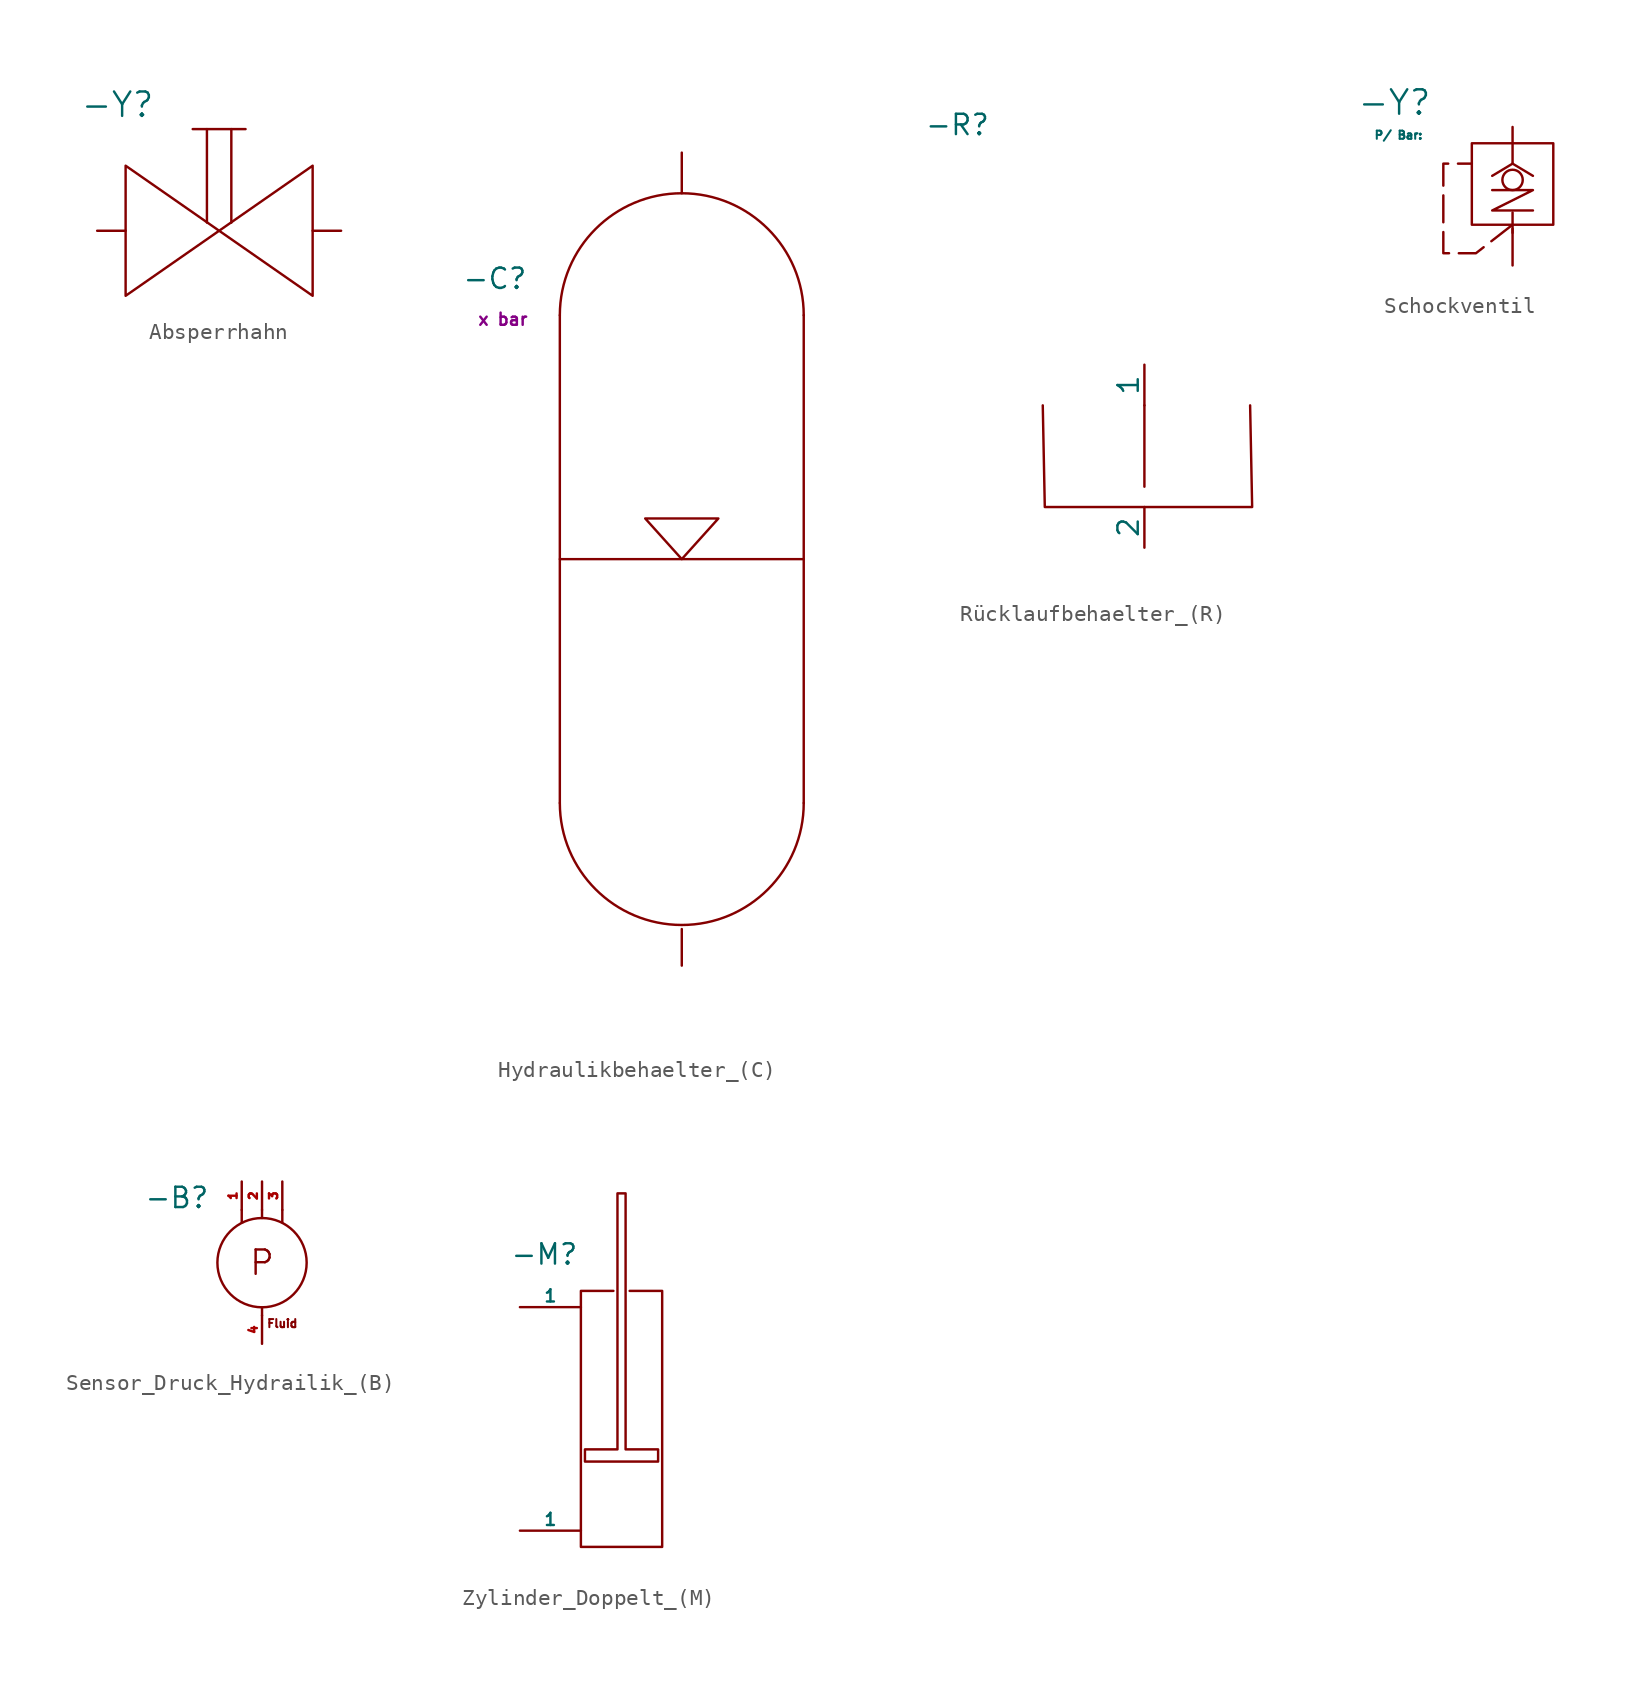
<source format=kicad_sym>
(kicad_symbol_lib
  (version 20241209)
  (generator "kicad_symbol_editor")
  (generator_version "9.0")
  (symbol "Absperrhahn"
    (pin_numbers
      (hide yes))
    (pin_names
      (hide yes))
    (property "Reference" "-Y"
      (at -6.35 7.874 0)
      (effects (font (size 1.524 1.524))))
    (property "Value" ""
      (at -7.112 3.048 0)
      (effects (font (size 0.508 0.508))))
    (symbol "Absperrhahn_0_1"
      (polyline (pts (xy -1.651 6.35) (xy 1.651 6.35)) (stroke (width 0) (type default)) (fill (type none)))
      (polyline (pts (xy -0.762 0.508) (xy -0.762 6.35)) (stroke (width 0) (type default)) (fill (type none)))
      (polyline (pts (xy 0 0) (xy 5.842 4.064) (xy 5.842 -4.064) (xy 0 0) (xy -5.842 4.064) (xy -5.842 -4.064) (xy 0 0)) (stroke (width 0) (type default)) (fill (type none)))
      (polyline (pts (xy 0.762 0.508) (xy 0.762 6.35)) (stroke (width 0) (type default)) (fill (type none))))
    (symbol "Absperrhahn_1_1"
      (pin passive line (at -7.62 0 0) (length 1.778) (name "1" (effects (font (size 1.27 1.27)))) (number "1" (effects (font (size 1.27 1.27)))))
      (pin passive line (at 7.62 0 180) (length 1.778) (name "1" (effects (font (size 1.27 1.27)))) (number "1" (effects (font (size 1.27 1.27)))))))
  (symbol "Hydraulikbehaelter_(C)"
    (pin_numbers
      (hide yes))
    (pin_names
      (offset 0)
      (hide yes))
    (property "Reference" "-C"
      (at -11.684 17.526 0)
      (effects (font (size 1.27 1.27))))
    (property "Value" ""
      (at 0 0 0)
      (effects (font (size 1.27 1.27))))
    (property "Nenndruck" "x bar"
      (at -11.176 14.986 0)
      (effects (font (size 0.762 0.762))))
    (symbol "Hydraulikbehaelter_(C)_0_1"
      (polyline (pts (xy -7.62 0) (xy 7.62 0)) (stroke (width 0) (type default)) (fill (type none)))
      (polyline (pts (xy -7.62 -15.24) (xy -7.62 15.24)) (stroke (width 0) (type default)) (fill (type none)))
      (arc (start -7.62 15.24) (mid 0 22.86) (end 7.62 15.24) (stroke (width 0) (type default)) (fill (type none)))
      (polyline (pts (xy 0 0) (xy -2.286 2.54) (xy 2.286 2.54) (xy 0 0)) (stroke (width 0) (type default)) (fill (type none)))
      (arc (start 7.62 -15.24) (mid 0 -22.86) (end -7.62 -15.24) (stroke (width 0) (type default)) (fill (type none)))
      (polyline (pts (xy 7.62 15.24) (xy 7.62 -15.24)) (stroke (width 0) (type default)) (fill (type none))))
    (symbol "Hydraulikbehaelter_(C)_1_1"
      (pin input line (at 0 25.4 270) (length 2.54) (name "Rücklauf" (effects (font (size 0.762 0.762)))) (number "Rücklauf" (effects (font (size 0.762 0.762)))))
      (pin output line (at 0 -25.4 90) (length 2.286) (name "1" (effects (font (size 1.27 1.27)))) (number "1" (effects (font (size 1.27 1.27)))))))
  (symbol "Rücklaufbehaelter_(R)"
    (pin_numbers
      (hide yes))
    (pin_names
      (offset 0))
    (property "Reference" "-R"
      (at -11.684 17.526 0)
      (effects (font (size 1.27 1.27))))
    (property "Value" ""
      (at 0 0 0)
      (effects (font (size 1.27 1.27))))
    (symbol "Rücklaufbehaelter_(R)_0_1"
      (polyline (pts (xy -6.35 0) (xy -6.223 -6.35) (xy 6.731 -6.35) (xy 6.604 0)) (stroke (width 0) (type default)) (fill (type none)))
      (polyline (pts (xy 0 -5.08) (xy 0 0)) (stroke (width 0) (type default)) (fill (type none))))
    (symbol "Rücklaufbehaelter_(R)_1_1"
      (pin input line (at 0 2.54 270) (length 2.54) (name "1" (effects (font (size 1.27 1.27)))) (number "1" (effects (font (size 1.27 1.27)))))
      (pin output line (at 0 -8.89 90) (length 2.54) (name "2" (effects (font (size 1.27 1.27)))) (number "2" (effects (font (size 1.27 1.27)))) (alternate "Optional" free line))))
  (symbol "Schockventil"
    (pin_numbers
      (hide yes))
    (pin_names
      (hide yes))
    (property "Reference" "-Y"
      (at -7.366 5.08 0)
      (effects (font (size 1.524 1.524))))
    (property "Value" "P/ Bar:"
      (at -7.112 3.048 0)
      (effects (font (size 0.508 0.508))))
    (symbol "Schockventil_0_1"
      (rectangle (start -2.54 2.54) (end 2.54 -2.54) (stroke (width 0) (type default)) (fill (type none)))
      (polyline (pts (xy 0 1.27) (xy -1.27 0.508)) (stroke (width 0) (type default)) (fill (type none)))
      (polyline (pts (xy 0 1.27) (xy 0 3.556)) (stroke (width 0) (type default)) (fill (type none)))
      (polyline (pts (xy 0 1.27) (xy 1.27 0.508)) (stroke (width 0) (type default)) (fill (type none)))
      (circle (center 0 0.254) (radius 0.635) (stroke (width 0) (type default)) (fill (type none)))
      (polyline (pts (xy 0 -3.048) (xy 0 -1.778)) (stroke (width 0) (type default)) (fill (type none)))
      (polyline (pts (xy 1.27 -1.651) (xy -1.27 -1.651) (xy 1.27 -0.381) (xy -1.27 -0.381)) (stroke (width 0) (type default)) (fill (type none))))
    (symbol "Schockventil_1_1"
      (polyline (pts (xy 0 -2.54) (xy -2.286 -4.318) (xy -4.318 -4.318) (xy -4.318 1.27) (xy -2.54 1.27)) (stroke (width 0) (type dash)) (fill (type none)))
      (pin input line (at 0 -5.08 90) (length 2.286) (name "" (effects (font (size 0.762 0.762)))) (number "1" (effects (font (size 0.508 0.508)))))))
  (symbol "Sensor_Druck_Hydrailik_(B)"
    (pin_names
      (offset 0)
      (hide yes))
    (property "Reference" "-B"
      (at -5.334 4.064 0)
      (effects (font (size 1.27 1.27))))
    (property "Value" ""
      (at 0 0 0)
      (effects (font (size 1.27 1.27))))
    (symbol "Sensor_Druck_Hydrailik_(B)_0_1"
      (polyline (pts (xy -1.27 3.302) (xy -1.27 2.54)) (stroke (width 0) (type default)) (fill (type none)))
      (polyline (pts (xy 0 3.302) (xy 0 2.794)) (stroke (width 0) (type default)) (fill (type none)))
      (circle (center 0 0) (radius 2.794) (stroke (width 0) (type default)) (fill (type none)))
      (polyline (pts (xy 0 -2.794) (xy 0 -3.302)) (stroke (width 0) (type default)) (fill (type none)))
      (polyline (pts (xy 1.27 3.302) (xy 1.27 2.54)) (stroke (width 0) (type default)) (fill (type none))))
    (symbol "Sensor_Druck_Hydrailik_(B)_1_1"
      (text "P" (at 0 0 0) (effects (font (size 1.524 1.524))))
      (text "Fluid" (at 1.27 -3.81 0) (effects (font (size 0.508 0.508))))
      (pin passive line (at -1.27 5.08 270) (length 1.778) (name "1" (effects (font (size 0.762 0.762)))) (number "1" (effects (font (size 0.508 0.508)))))
      (pin passive line (at 0 5.08 270) (length 1.778) (name "2" (effects (font (size 0.762 0.762)))) (number "2" (effects (font (size 0.508 0.508)))))
      (pin passive line (at 0 -5.08 90) (length 1.778) (name "Fluid" (effects (font (size 0.762 0.762)))) (number "4" (effects (font (size 0.508 0.508)))))
      (pin passive line (at 1.27 5.08 270) (length 1.778) (name "3" (effects (font (size 0.762 0.762)))) (number "3" (effects (font (size 0.508 0.508)))))))
  (symbol "Zylinder_Doppelt_(M)"
    (pin_numbers
      (hide yes))
    (pin_names
      (offset 0))
    (property "Reference" "-M"
      (at -4.826 12.192 0)
      (effects (font (size 1.27 1.27))))
    (property "Value" ""
      (at 0 0 0)
      (effects (font (size 1.27 1.27))))
    (symbol "Zylinder_Doppelt_(M)_0_1"
      (polyline (pts (xy -0.508 9.906) (xy -2.54 9.906) (xy -2.54 -6.096) (xy 2.54 -6.096) (xy 2.54 9.906) (xy 0.508 9.906)) (stroke (width 0) (type default)) (fill (type none)))
      (polyline (pts (xy 0.254 16.002) (xy 0.254 0) (xy 2.286 0) (xy 2.286 -0.762) (xy -2.286 -0.762) (xy -2.286 0) (xy -0.254 0) (xy -0.254 16.002) (xy 0.254 16.002)) (stroke (width 0) (type default)) (fill (type none))))
    (symbol "Zylinder_Doppelt_(M)_1_1"
      (pin passive line (at -6.35 8.89 0) (length 3.81) (name "1" (effects (font (size 0.762 0.762)))) (number "1" (effects (font (size 0.508 0.508)))))
      (pin passive line (at -6.35 -5.08 0) (length 3.81) (name "1" (effects (font (size 0.762 0.762)))) (number "1" (effects (font (size 0.508 0.508))))))))
</source>
